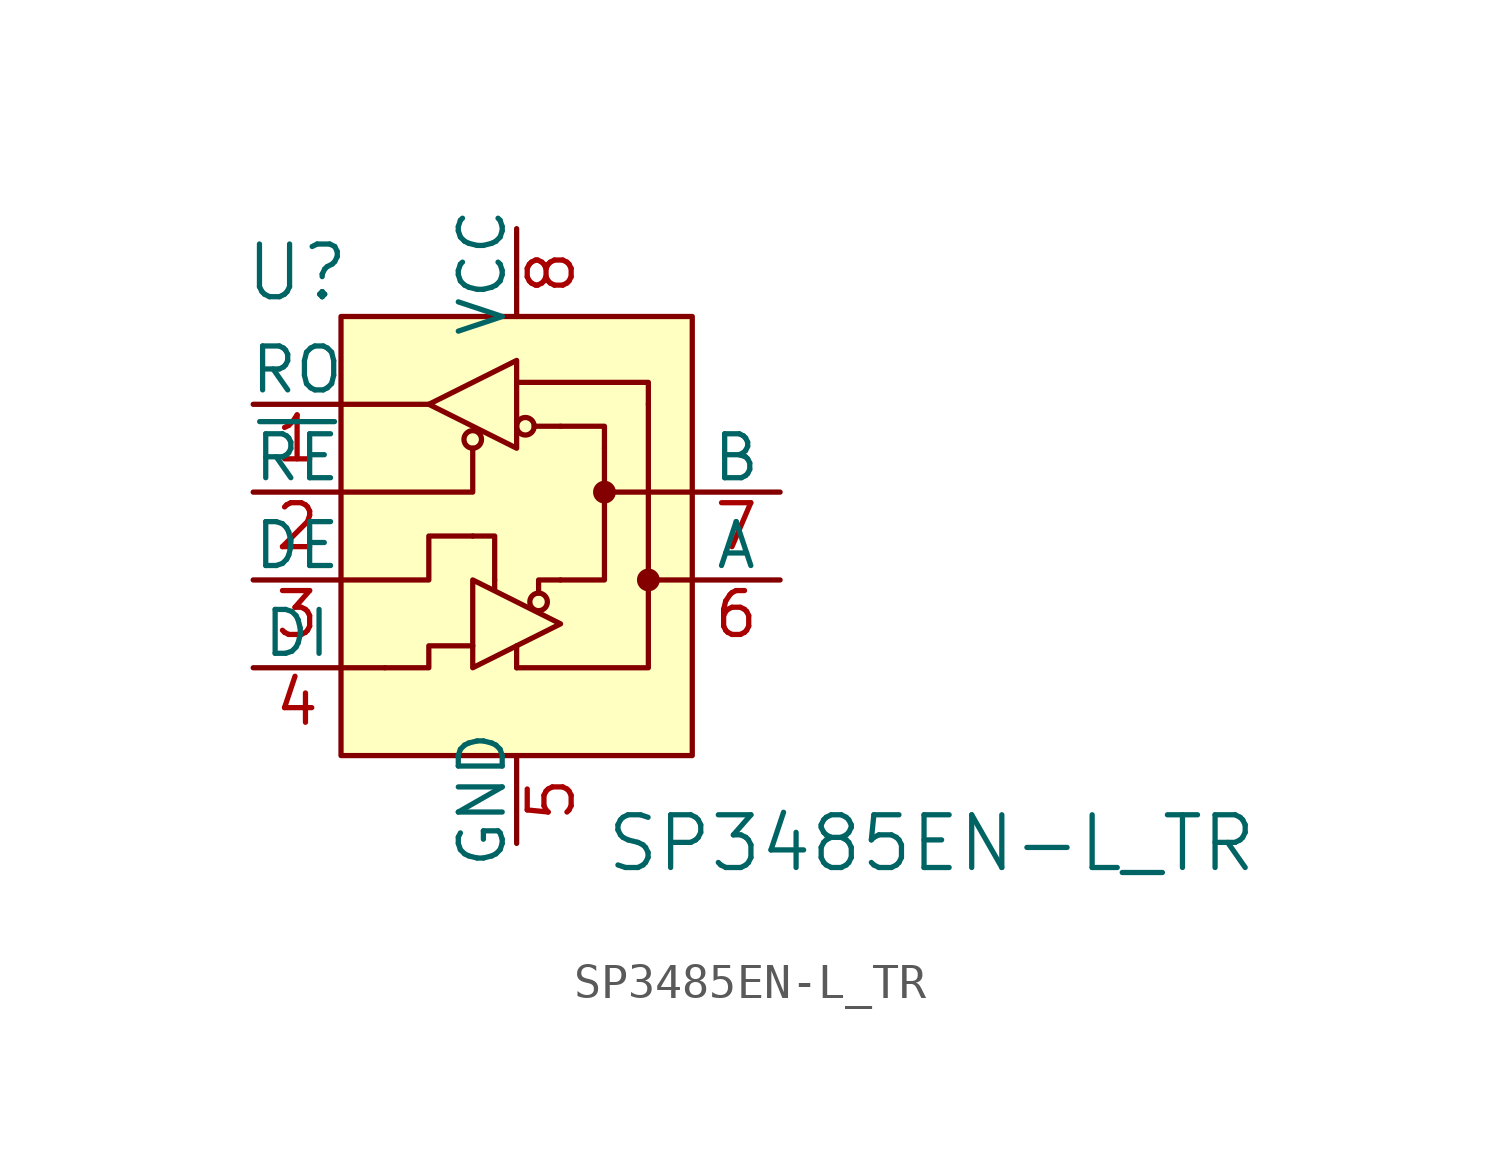
<source format=kicad_sym>
(kicad_symbol_lib
  (version 20220914)
  (generator kicad_symbol_editor)
  (symbol "SP3485EN-L_TR"
    (pin_names
      (offset 0))
    (property "Reference" "U"
      (at -6.35 1.27 0)
      (effects (font (size 1.524 1.524))))
    (property "Value" "SP3485EN-L_TR"
      (at 2.54 -15.24 0)
      (effects (font (size 1.524 1.524)) (justify left)))
    (symbol "SP3485EN-L_TR_0_1"
      (rectangle (start -5.08 0) (end 5.08 -12.7) (stroke (width 0) (type solid)) (fill (type background)))
      (circle (center -1.27 -3.556) (radius 0.254) (stroke (width 0) (type solid)) (fill (type none)))
      (polyline (pts (xy -5.08 -10.16) (xy -3.81 -10.16)) (stroke (width 0) (type solid)) (fill (type none)))
      (polyline (pts (xy -2.54 -2.54) (xy -5.08 -2.54)) (stroke (width 0) (type solid)) (fill (type none)))
      (polyline (pts (xy -0.635 -7.62) (xy -0.635 -7.874)) (stroke (width 0) (type solid)) (fill (type none)))
      (polyline (pts (xy 0 -10.16) (xy 0 -9.525)) (stroke (width 0) (type solid)) (fill (type none)))
      (polyline (pts (xy 1.27 -3.175) (xy 0.508 -3.175)) (stroke (width 0) (type solid)) (fill (type none)))
      (polyline (pts (xy 5.08 -7.62) (xy 3.81 -7.62)) (stroke (width 0) (type solid)) (fill (type none)))
      (polyline (pts (xy 5.08 -5.08) (xy 2.54 -5.08)) (stroke (width 0) (type solid)) (fill (type none)))
      (polyline (pts (xy -5.08 -5.08) (xy -1.27 -5.08) (xy -1.27 -3.81)) (stroke (width 0) (type solid)) (fill (type none)))
      (polyline (pts (xy -1.27 -6.35) (xy -0.635 -6.35) (xy -0.635 -7.62)) (stroke (width 0) (type solid)) (fill (type none)))
      (polyline (pts (xy 0 -10.16) (xy 3.81 -10.16) (xy 3.81 -2.54)) (stroke (width 0) (type solid)) (fill (type none)))
      (polyline (pts (xy 1.27 -7.62) (xy 0.635 -7.62) (xy 0.635 -8.001)) (stroke (width 0) (type solid)) (fill (type none)))
      (polyline (pts (xy 1.27 -7.62) (xy 2.54 -7.62) (xy 2.54 -3.81)) (stroke (width 0) (type solid)) (fill (type none)))
      (polyline (pts (xy 2.54 -3.81) (xy 2.54 -3.175) (xy 1.27 -3.175)) (stroke (width 0) (type solid)) (fill (type none)))
      (polyline (pts (xy 3.81 -2.54) (xy 3.81 -1.905) (xy 0 -1.905)) (stroke (width 0) (type solid)) (fill (type none)))
      (polyline (pts (xy -5.08 -7.62) (xy -2.54 -7.62) (xy -2.54 -6.35) (xy -1.27 -6.35)) (stroke (width 0) (type solid)) (fill (type none)))
      (polyline (pts (xy -1.27 -9.525) (xy -2.54 -9.525) (xy -2.54 -10.16) (xy -3.81 -10.16)) (stroke (width 0) (type solid)) (fill (type none)))
      (polyline (pts (xy -1.27 -7.62) (xy -1.27 -10.16) (xy 1.27 -8.89) (xy -1.27 -7.62)) (stroke (width 0) (type solid)) (fill (type none)))
      (polyline (pts (xy 0 -1.27) (xy 0 -3.81) (xy -2.54 -2.54) (xy 0 -1.27)) (stroke (width 0) (type solid)) (fill (type none)))
      (circle (center 0.254 -3.175) (radius 0.254) (stroke (width 0) (type solid)) (fill (type none)))
      (circle (center 0.635 -8.255) (radius 0.254) (stroke (width 0) (type solid)) (fill (type none)))
      (circle (center 2.54 -5.08) (radius 0.254) (stroke (width 0) (type solid)) (fill (type outline)))
      (circle (center 3.81 -7.62) (radius 0.254) (stroke (width 0) (type solid)) (fill (type outline))))
    (symbol "SP3485EN-L_TR_1_1"
      (pin output line (at -7.62 -2.54 0) (length 2.54) (name "RO" (effects (font (size 1.27 1.27)))) (number "1" (effects (font (size 1.27 1.27)))))
      (pin output line (at -7.62 -5.08 0) (length 2.54) (name "~{RE}" (effects (font (size 1.27 1.27)))) (number "2" (effects (font (size 1.27 1.27)))))
      (pin output line (at -7.62 -7.62 0) (length 2.54) (name "DE" (effects (font (size 1.27 1.27)))) (number "3" (effects (font (size 1.27 1.27)))))
      (pin input line (at -7.62 -10.16 0) (length 2.54) (name "DI" (effects (font (size 1.27 1.27)))) (number "4" (effects (font (size 1.27 1.27)))))
      (pin power_in line (at 0 -15.24 90) (length 2.54) (name "GND" (effects (font (size 1.27 1.27)))) (number "5" (effects (font (size 1.27 1.27)))))
      (pin bidirectional line (at 7.62 -7.62 180) (length 2.54) (name "A" (effects (font (size 1.27 1.27)))) (number "6" (effects (font (size 1.27 1.27)))))
      (pin bidirectional line (at 7.62 -5.08 180) (length 2.54) (name "B" (effects (font (size 1.27 1.27)))) (number "7" (effects (font (size 1.27 1.27)))))
      (pin power_in line (at 0 2.54 270) (length 2.54) (name "VCC" (effects (font (size 1.27 1.27)))) (number "8" (effects (font (size 1.27 1.27))))))))
</source>
